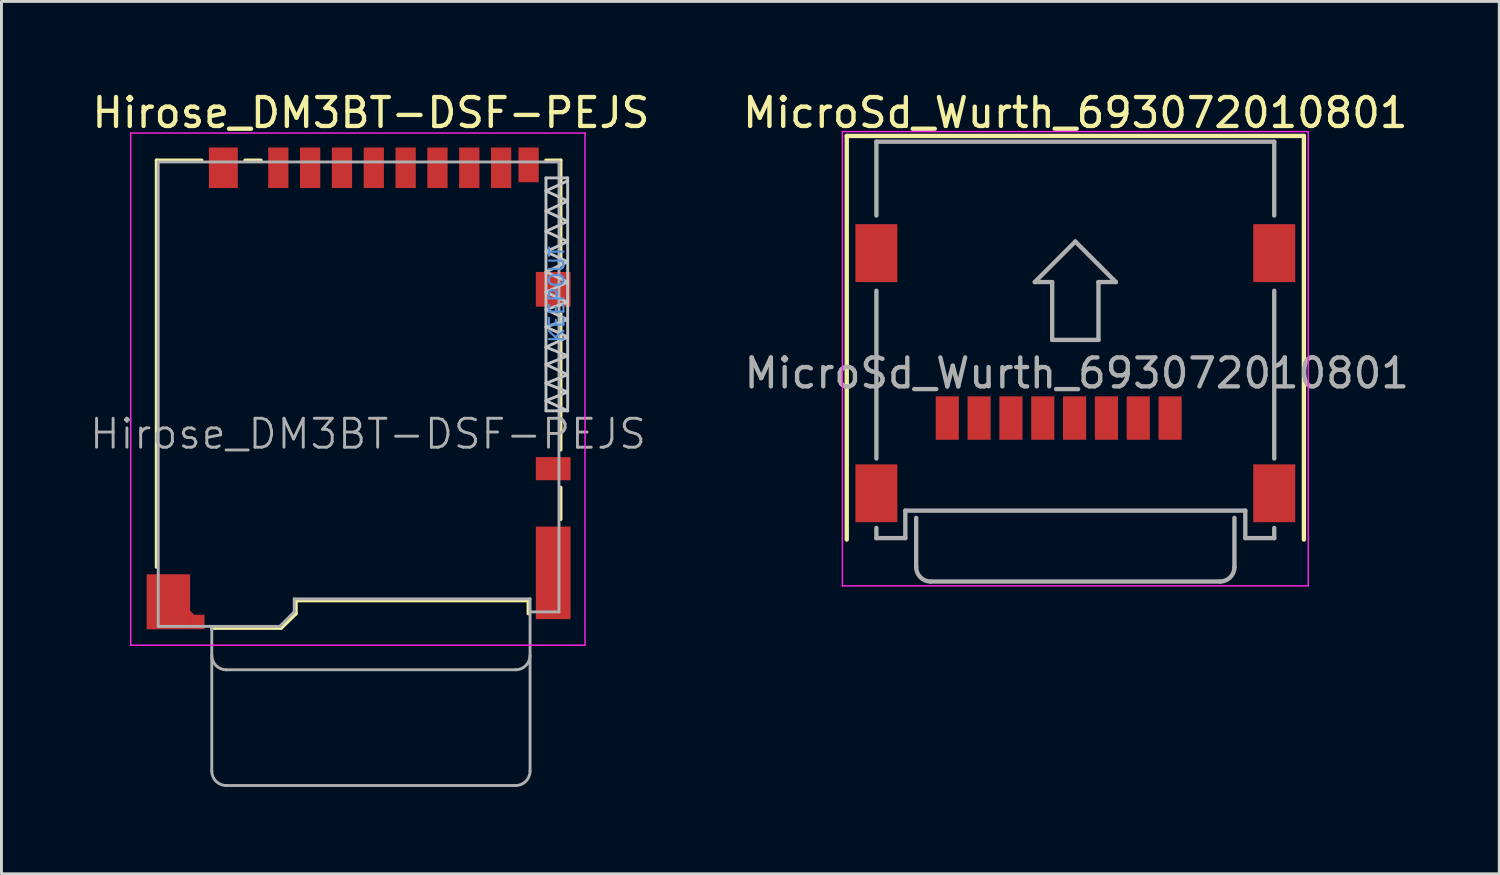
<source format=kicad_pcb>
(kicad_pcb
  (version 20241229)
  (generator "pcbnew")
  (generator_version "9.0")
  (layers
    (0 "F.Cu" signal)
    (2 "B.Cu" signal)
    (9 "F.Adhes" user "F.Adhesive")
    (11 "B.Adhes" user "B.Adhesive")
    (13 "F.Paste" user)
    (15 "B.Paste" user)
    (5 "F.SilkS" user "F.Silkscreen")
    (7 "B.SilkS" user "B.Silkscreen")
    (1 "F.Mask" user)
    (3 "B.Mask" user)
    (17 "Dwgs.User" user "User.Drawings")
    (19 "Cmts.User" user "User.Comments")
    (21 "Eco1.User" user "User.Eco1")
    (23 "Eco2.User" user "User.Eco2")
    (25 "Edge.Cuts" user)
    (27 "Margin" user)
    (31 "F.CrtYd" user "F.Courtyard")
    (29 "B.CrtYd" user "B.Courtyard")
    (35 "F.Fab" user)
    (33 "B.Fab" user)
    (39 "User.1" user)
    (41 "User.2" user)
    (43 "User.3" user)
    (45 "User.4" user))
  (footprint "Hirose_DM3BT-DSF-PEJS"
    (layer "F.Cu")
    (at 6.569 3.448)
    (property "Reference" "Hirose_DM3BT-DSF-PEJS" (at 3.2 -2.6 0) (layer "F.SilkS") (effects (font (size 1 1) (thickness 0.15))))
    (attr smd)
    (fp_line (start -4.21 -0.96) (end -4.21 13.1) (stroke (width 0.12) (type solid)) (layer "F.SilkS"))
    (fp_line (start -4.21 -0.96) (end -2.65 -0.96) (stroke (width 0.12) (type solid)) (layer "F.SilkS"))
    (fp_line (start -2.3 15.21) (end 0.1 15.21) (stroke (width 0.12) (type solid)) (layer "F.SilkS"))
    (fp_line (start -0.6 -0.96) (end -1.15 -0.96) (stroke (width 0.12) (type solid)) (layer "F.SilkS"))
    (fp_line (start 0.11 15.2) (end 0.61 14.71) (stroke (width 0.12) (type solid)) (layer "F.SilkS"))
    (fp_line (start 0.61 14.26) (end 0.61 14.71) (stroke (width 0.12) (type solid)) (layer "F.SilkS"))
    (fp_line (start 8.64 14.26) (end 0.61 14.26) (stroke (width 0.12) (type solid)) (layer "F.SilkS"))
    (fp_line (start 8.64 14.26) (end 8.64 14.71) (stroke (width 0.12) (type solid)) (layer "F.SilkS"))
    (fp_line (start 9.25 -0.96) (end 9.76 -0.96) (stroke (width 0.12) (type solid)) (layer "F.SilkS"))
    (fp_line (start 9.76 -0.96) (end 9.76 2.65) (stroke (width 0.12) (type solid)) (layer "F.SilkS"))
    (fp_line (start 9.76 4.35) (end 9.76 9.05) (stroke (width 0.12) (type solid)) (layer "F.SilkS"))
    (fp_line (start 9.76 10.35) (end 9.76 11.45) (stroke (width 0.12) (type solid)) (layer "F.SilkS"))
    (fp_line (start 9.25 0.1) (end 10 -0.25) (stroke (width 0.1) (type solid)) (layer "Dwgs.User"))
    (fp_line (start 9.25 0.8) (end 10 0.45) (stroke (width 0.1) (type solid)) (layer "Dwgs.User"))
    (fp_line (start 9.25 1.5) (end 10 1.15) (stroke (width 0.1) (type solid)) (layer "Dwgs.User"))
    (fp_line (start 9.25 2.2) (end 10 1.85) (stroke (width 0.1) (type solid)) (layer "Dwgs.User"))
    (fp_line (start 9.25 2.9) (end 10 2.55) (stroke (width 0.1) (type solid)) (layer "Dwgs.User"))
    (fp_line (start 9.25 3.6) (end 10 3.25) (stroke (width 0.1) (type solid)) (layer "Dwgs.User"))
    (fp_line (start 9.25 4.2) (end 10 3.95) (stroke (width 0.1) (type solid)) (layer "Dwgs.User"))
    (fp_line (start 9.25 4.8) (end 10 4.55) (stroke (width 0.1) (type solid)) (layer "Dwgs.User"))
    (fp_line (start 9.25 5.5) (end 10 5.15) (stroke (width 0.1) (type solid)) (layer "Dwgs.User"))
    (fp_line (start 9.25 6.1) (end 10 5.8) (stroke (width 0.1) (type solid)) (layer "Dwgs.User"))
    (fp_line (start 9.25 6.75) (end 10 6.45) (stroke (width 0.1) (type solid)) (layer "Dwgs.User"))
    (fp_line (start 9.25 7.35) (end 10 7.05) (stroke (width 0.1) (type solid)) (layer "Dwgs.User"))
    (fp_line (start 9.25 7.7) (end 9.25 -0.35) (stroke (width 0.1) (type solid)) (layer "Dwgs.User"))
    (fp_line (start 10 -0.35) (end 9.25 -0.35) (stroke (width 0.1) (type solid)) (layer "Dwgs.User"))
    (fp_line (start 10 0.45) (end 9.25 0.1) (stroke (width 0.1) (type solid)) (layer "Dwgs.User"))
    (fp_line (start 10 1.15) (end 9.25 0.8) (stroke (width 0.1) (type solid)) (layer "Dwgs.User"))
    (fp_line (start 10 1.85) (end 9.25 1.5) (stroke (width 0.1) (type solid)) (layer "Dwgs.User"))
    (fp_line (start 10 2.55) (end 9.25 2.2) (stroke (width 0.1) (type solid)) (layer "Dwgs.User"))
    (fp_line (start 10 3.25) (end 9.25 2.9) (stroke (width 0.1) (type solid)) (layer "Dwgs.User"))
    (fp_line (start 10 3.95) (end 9.25 3.6) (stroke (width 0.1) (type solid)) (layer "Dwgs.User"))
    (fp_line (start 10 4.55) (end 9.25 4.2) (stroke (width 0.1) (type solid)) (layer "Dwgs.User"))
    (fp_line (start 10 5.15) (end 9.25 4.8) (stroke (width 0.1) (type solid)) (layer "Dwgs.User"))
    (fp_line (start 10 5.8) (end 9.25 5.5) (stroke (width 0.1) (type solid)) (layer "Dwgs.User"))
    (fp_line (start 10 6.45) (end 9.25 6.1) (stroke (width 0.1) (type solid)) (layer "Dwgs.User"))
    (fp_line (start 10 7.05) (end 9.25 6.75) (stroke (width 0.1) (type solid)) (layer "Dwgs.User"))
    (fp_line (start 10 7.7) (end 9.25 7.35) (stroke (width 0.1) (type solid)) (layer "Dwgs.User"))
    (fp_line (start 10 7.7) (end 9.25 7.7) (stroke (width 0.1) (type solid)) (layer "Dwgs.User"))
    (fp_line (start 10 7.7) (end 10 -0.35) (stroke (width 0.1) (type solid)) (layer "Dwgs.User"))
    (fp_line (start -5.1 -1.9) (end 10.6 -1.9) (stroke (width 0.05) (type solid)) (layer "F.CrtYd"))
    (fp_line (start -5.1 15.8) (end -5.1 -1.9) (stroke (width 0.05) (type solid)) (layer "F.CrtYd"))
    (fp_line (start 10.6 -1.9) (end 10.6 15.8) (stroke (width 0.05) (type solid)) (layer "F.CrtYd"))
    (fp_line (start 10.6 15.8) (end -5.1 15.8) (stroke (width 0.05) (type solid)) (layer "F.CrtYd"))
    (fp_line (start -4.15 -0.9) (end 9.7 -0.9) (stroke (width 0.1) (type solid)) (layer "F.Fab"))
    (fp_line (start -4.15 15.15) (end -4.15 -0.9) (stroke (width 0.1) (type solid)) (layer "F.Fab"))
    (fp_line (start -4.15 15.15) (end 0.05 15.15) (stroke (width 0.1) (type solid)) (layer "F.Fab"))
    (fp_line (start -2.3 15.15) (end -2.3 20.15) (stroke (width 0.1) (type solid)) (layer "F.Fab"))
    (fp_line (start -1.8 16.65) (end 8.2 16.65) (stroke (width 0.1) (type solid)) (layer "F.Fab"))
    (fp_line (start -1.8 20.65) (end 8.2 20.65) (stroke (width 0.1) (type solid)) (layer "F.Fab"))
    (fp_line (start 0.55 14.2) (end 0.55 14.65) (stroke (width 0.1) (type solid)) (layer "F.Fab"))
    (fp_line (start 0.55 14.2) (end 8.7 14.2) (stroke (width 0.1) (type solid)) (layer "F.Fab"))
    (fp_line (start 0.55 14.65) (end 0.05 15.15) (stroke (width 0.1) (type solid)) (layer "F.Fab"))
    (fp_line (start 8.7 20.15) (end 8.7 14.2) (stroke (width 0.1) (type solid)) (layer "F.Fab"))
    (fp_line (start 9.7 14.65) (end 8.7 14.65) (stroke (width 0.1) (type solid)) (layer "F.Fab"))
    (fp_line (start 9.7 14.65) (end 9.7 -0.9) (stroke (width 0.1) (type solid)) (layer "F.Fab"))
    (fp_arc (start -1.8 16.65) (mid -2.153553 16.503553) (end -2.3 16.15) (stroke (width 0.1) (type solid)) (layer "F.Fab"))
    (fp_arc (start -1.8 20.65) (mid -2.153553 20.503553) (end -2.3 20.15) (stroke (width 0.1) (type solid)) (layer "F.Fab"))
    (fp_arc (start 8.7 16.15) (mid 8.553553 16.503553) (end 8.2 16.65) (stroke (width 0.1) (type solid)) (layer "F.Fab"))
    (fp_arc (start 8.7 20.15) (mid 8.553553 20.503553) (end 8.2 20.65) (stroke (width 0.1) (type solid)) (layer "F.Fab"))
    (fp_text user "KEEPOUT" (at 9.625 3.675 90) (layer "Cmts.User") (effects (font (size 0.5 0.5) (thickness 0.07))))
    (fp_text user "${REFERENCE}" (at 3.1 8.5 0) (layer "F.Fab") (effects (font (size 1 1) (thickness 0.1))))
    (pad "1" smd rect (at 0 -0.7) (size 0.7 1.4) (layers "F.Cu" "F.Mask" "F.Paste"))
    (pad "2" smd rect (at 1.1 -0.7) (size 0.7 1.4) (layers "F.Cu" "F.Mask" "F.Paste"))
    (pad "3" smd rect (at 2.2 -0.7) (size 0.7 1.4) (layers "F.Cu" "F.Mask" "F.Paste"))
    (pad "4" smd rect (at 3.3 -0.7) (size 0.7 1.4) (layers "F.Cu" "F.Mask" "F.Paste"))
    (pad "5" smd rect (at 4.4 -0.7) (size 0.7 1.4) (layers "F.Cu" "F.Mask" "F.Paste"))
    (pad "6" smd rect (at 5.5 -0.7) (size 0.7 1.4) (layers "F.Cu" "F.Mask" "F.Paste"))
    (pad "7" smd rect (at 6.6 -0.7) (size 0.7 1.4) (layers "F.Cu" "F.Mask" "F.Paste"))
    (pad "8" smd rect (at 7.7 -0.7) (size 0.7 1.4) (layers "F.Cu" "F.Mask" "F.Paste"))
    (pad "9" smd rect (at 8.65 -0.8) (size 0.7 1.2) (layers "F.Cu" "F.Mask" "F.Paste"))
    (pad "10" smd rect (at 9.5 9.7) (size 1.2 0.8) (layers "F.Cu" "F.Mask" "F.Paste"))
    (pad "11" smd rect (at -3.8 14.3) (size 1.5 1.9) (layers "F.Cu" "F.Mask" "F.Paste"))
    (pad "11" smd rect (at -3.05 14.75 45) (size 0.2 0.2) (layers "F.Cu" "F.Mask" "F.Paste"))
    (pad "11" smd rect (at -2.8 15) (size 0.5 0.5) (layers "F.Cu" "F.Mask" "F.Paste"))
    (pad "11" smd rect (at -1.9 -0.7) (size 1 1.4) (layers "F.Cu" "F.Mask" "F.Paste"))
    (pad "11" smd rect (at 9.5 3.5) (size 1.2 1.2) (layers "F.Cu" "F.Mask" "F.Paste"))
    (pad "11" smd rect (at 9.5 13.3) (size 1.2 3.2) (layers "F.Cu" "F.Mask" "F.Paste")))
  (footprint "MicroSd_Wurth_693072010801"
    (layer "F.Cu")
    (at 34.114 9.848)
    (property "Reference" "MicroSd_Wurth_693072010801" (at 0 -9 0) (layer "F.SilkS") (effects (font (size 1 1) (thickness 0.15))))
    (attr smd)
    (fp_line (start -7.9 -8.2) (end -7.9 5.75) (stroke (width 0.15) (type solid)) (layer "F.SilkS"))
    (fp_line (start 7.9 -8.2) (end -7.9 -8.2) (stroke (width 0.15) (type solid)) (layer "F.SilkS"))
    (fp_line (start 7.9 5.75) (end 7.9 -8.2) (stroke (width 0.15) (type solid)) (layer "F.SilkS"))
    (fp_line (start -8.05 -8.35) (end 8.05 -8.35) (stroke (width 0.05) (type solid)) (layer "F.CrtYd"))
    (fp_line (start -8.05 7.35) (end -8.05 -8.35) (stroke (width 0.05) (type solid)) (layer "F.CrtYd"))
    (fp_line (start 8.05 -8.35) (end 8.05 7.35) (stroke (width 0.05) (type solid)) (layer "F.CrtYd"))
    (fp_line (start 8.05 7.35) (end -8.05 7.35) (stroke (width 0.05) (type solid)) (layer "F.CrtYd"))
    (fp_line (start -6.875 -8) (end -6.875 -5.45) (stroke (width 0.15) (type solid)) (layer "F.Fab"))
    (fp_line (start -6.875 -2.85) (end -6.875 2.95) (stroke (width 0.15) (type solid)) (layer "F.Fab"))
    (fp_line (start -6.875 5.7) (end -6.875 5.35) (stroke (width 0.15) (type solid)) (layer "F.Fab"))
    (fp_line (start -5.875 4.75) (end -5.875 5.7) (stroke (width 0.15) (type solid)) (layer "F.Fab"))
    (fp_line (start -5.875 5.7) (end -6.875 5.7) (stroke (width 0.15) (type solid)) (layer "F.Fab"))
    (fp_line (start -5.5 6.7) (end -5.5 5) (stroke (width 0.15) (type solid)) (layer "F.Fab"))
    (fp_line (start -1.4 -3.15) (end 0 -4.55) (stroke (width 0.15) (type solid)) (layer "F.Fab"))
    (fp_line (start -0.8 -3.15) (end -1.4 -3.15) (stroke (width 0.15) (type solid)) (layer "F.Fab"))
    (fp_line (start -0.8 -1.15) (end -0.8 -3.15) (stroke (width 0.15) (type solid)) (layer "F.Fab"))
    (fp_line (start 0 -4.55) (end 1.4 -3.15) (stroke (width 0.15) (type solid)) (layer "F.Fab"))
    (fp_line (start 0.8 -3.15) (end 0.8 -1.15) (stroke (width 0.15) (type solid)) (layer "F.Fab"))
    (fp_line (start 0.8 -1.15) (end -0.8 -1.15) (stroke (width 0.15) (type solid)) (layer "F.Fab"))
    (fp_line (start 1.4 -3.15) (end 0.8 -3.15) (stroke (width 0.15) (type solid)) (layer "F.Fab"))
    (fp_line (start 5 7.2) (end -5 7.2) (stroke (width 0.15) (type solid)) (layer "F.Fab"))
    (fp_line (start 5.5 6.7) (end 5.5 5) (stroke (width 0.15) (type solid)) (layer "F.Fab"))
    (fp_line (start 5.875 4.75) (end -5.875 4.75) (stroke (width 0.15) (type solid)) (layer "F.Fab"))
    (fp_line (start 5.875 5.7) (end 5.875 4.75) (stroke (width 0.15) (type solid)) (layer "F.Fab"))
    (fp_line (start 6.875 -8) (end -6.875 -8) (stroke (width 0.15) (type solid)) (layer "F.Fab"))
    (fp_line (start 6.875 -5.45) (end 6.875 -8) (stroke (width 0.15) (type solid)) (layer "F.Fab"))
    (fp_line (start 6.875 -2.85) (end 6.875 2.95) (stroke (width 0.15) (type solid)) (layer "F.Fab"))
    (fp_line (start 6.875 5.35) (end 6.875 5.7) (stroke (width 0.15) (type solid)) (layer "F.Fab"))
    (fp_line (start 6.875 5.7) (end 5.875 5.7) (stroke (width 0.15) (type solid)) (layer "F.Fab"))
    (fp_arc (start -5 7.2) (mid -5.353553 7.053553) (end -5.5 6.7) (stroke (width 0.15) (type solid)) (layer "F.Fab"))
    (fp_arc (start 5.5 6.7) (mid 5.353553 7.053553) (end 5 7.2) (stroke (width 0.15) (type solid)) (layer "F.Fab"))
    (fp_text user "${REFERENCE}" (at 0.05 0 0) (layer "F.Fab") (effects (font (size 1 1) (thickness 0.15))))
    (pad "1" smd rect (at 3.275 1.55) (size 0.8 1.5) (layers "F.Cu" "F.Mask" "F.Paste"))
    (pad "2" smd rect (at 2.175 1.55) (size 0.8 1.5) (layers "F.Cu" "F.Mask" "F.Paste"))
    (pad "3" smd rect (at 1.075 1.55) (size 0.8 1.5) (layers "F.Cu" "F.Mask" "F.Paste"))
    (pad "4" smd rect (at -0.025 1.55) (size 0.8 1.5) (layers "F.Cu" "F.Mask" "F.Paste"))
    (pad "5" smd rect (at -1.125 1.55) (size 0.8 1.5) (layers "F.Cu" "F.Mask" "F.Paste"))
    (pad "6" smd rect (at -2.225 1.55) (size 0.8 1.5) (layers "F.Cu" "F.Mask" "F.Paste"))
    (pad "7" smd rect (at -3.325 1.55) (size 0.8 1.5) (layers "F.Cu" "F.Mask" "F.Paste"))
    (pad "8" smd rect (at -4.425 1.55) (size 0.8 1.5) (layers "F.Cu" "F.Mask" "F.Paste"))
    (pad "9" smd rect (at -6.875 -4.15) (size 1.45 2) (layers "F.Cu" "F.Mask" "F.Paste"))
    (pad "9" smd rect (at -6.875 4.15) (size 1.45 2) (layers "F.Cu" "F.Mask" "F.Paste"))
    (pad "9" smd rect (at 6.875 -4.15) (size 1.45 2) (layers "F.Cu" "F.Mask" "F.Paste"))
    (pad "9" smd rect (at 6.875 4.15) (size 1.45 2) (layers "F.Cu" "F.Mask" "F.Paste")))
  (gr_rect
    (start -3 -3)
    (end 48.765 27.148)
    (stroke (width 0.1) (type default))
    (fill no)
    (layer "Edge.Cuts")))
</source>
